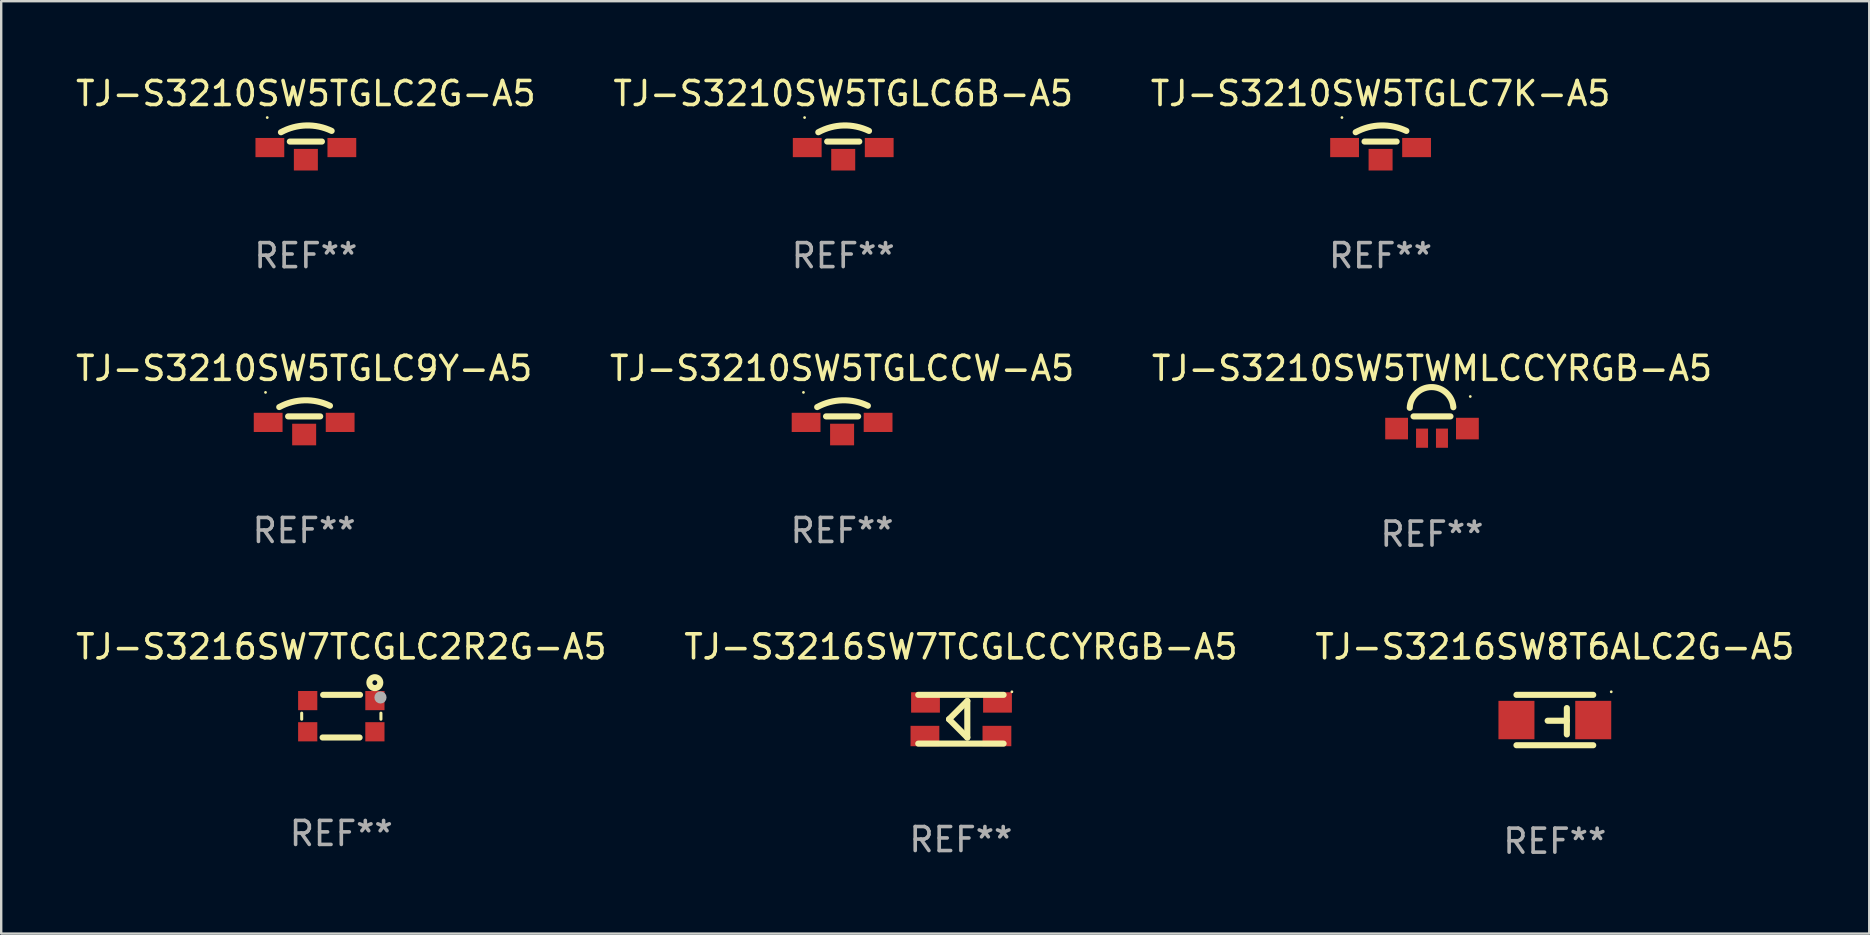
<source format=kicad_pcb>
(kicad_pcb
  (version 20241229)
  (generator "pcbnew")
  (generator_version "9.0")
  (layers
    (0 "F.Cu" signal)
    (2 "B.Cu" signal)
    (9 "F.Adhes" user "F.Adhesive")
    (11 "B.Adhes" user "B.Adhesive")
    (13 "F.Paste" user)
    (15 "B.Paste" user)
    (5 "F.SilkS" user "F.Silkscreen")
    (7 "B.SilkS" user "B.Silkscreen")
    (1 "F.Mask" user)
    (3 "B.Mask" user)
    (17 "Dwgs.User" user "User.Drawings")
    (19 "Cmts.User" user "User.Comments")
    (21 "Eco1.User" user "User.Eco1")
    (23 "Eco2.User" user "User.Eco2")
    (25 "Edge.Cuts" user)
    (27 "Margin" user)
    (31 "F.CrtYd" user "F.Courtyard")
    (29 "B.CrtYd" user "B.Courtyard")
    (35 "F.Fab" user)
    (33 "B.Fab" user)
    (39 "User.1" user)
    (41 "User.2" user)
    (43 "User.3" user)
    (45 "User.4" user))
  (footprint "TJ-S3210SW5TGLC9Y-A5"
    (layer "F.Cu")
    (at 9.625 14.68)
    (property "Reference" "TJ-S3210SW5TGLC9Y-A5" (at 0 -2.378 0) (layer "F.SilkS") (effects (font (size 1 1) (thickness 0.15))))
    (attr through_hole)
    (fp_line (start -0.669 -0.378) (end 0.669 -0.378) (stroke (width 0.254) (type solid)) (layer "F.SilkS"))
    (fp_arc (start -1.038303 -0.766193) (mid 0.011713 -1.048844) (end 1.075084 -0.821539) (stroke (width 0.254001) (type solid)) (layer "F.SilkS"))
    (fp_circle (center -1.61 -1.378) (end -1.58 -1.378) (stroke (width 0.06) (type solid)) (fill no) (layer "F.SilkS"))
    (fp_text user "REF**" (at 0 4.378 0) (layer "F.Fab") (effects (font (size 1 1) (thickness 0.15))))
    (pad "1" smd rect (at -1.5 -0.128 90) (size 0.8 1.2) (layers "F.Cu" "F.Mask" "F.Paste"))
    (pad "2" smd rect (at 1.5 -0.128 90) (size 0.8 1.2) (layers "F.Cu" "F.Mask" "F.Paste"))
    (pad "3" smd rect (at 0.000127 0.378 180) (size 1 0.9) (layers "F.Cu" "F.Mask" "F.Paste")))
  (footprint "TJ-S3210SW5TWMLCCYRGB-A5"
    (layer "F.Cu")
    (at 56.625 14.756)
    (property "Reference" "TJ-S3210SW5TWMLCCYRGB-A5" (at 0 -2.454 0) (layer "F.SilkS") (effects (font (size 1 1) (thickness 0.15))))
    (attr through_hole)
    (fp_line (start -0.769 -0.454) (end 0.769 -0.454) (stroke (width 0.254) (type solid)) (layer "F.SilkS"))
    (fp_arc (start -0.927382 -0.810783) (mid -0.030489 -1.675152) (end 0.889002 -0.834862) (stroke (width 0.254001) (type solid)) (layer "F.SilkS"))
    (fp_circle (center 1.595 -1.283) (end 1.625 -1.283) (stroke (width 0.06) (type solid)) (fill no) (layer "F.SilkS"))
    (fp_text user "REF**" (at 0 4.454 0) (layer "F.Fab") (effects (font (size 1 1) (thickness 0.15))))
    (pad "1" smd rect (at 1.475 0.054 180) (size 0.95 0.9) (layers "F.Cu" "F.Mask" "F.Paste"))
    (pad "2" smd rect (at 0.415 0.454 270) (size 0.8 0.5) (layers "F.Cu" "F.Mask" "F.Paste"))
    (pad "3" smd rect (at -0.415 0.454 270) (size 0.8 0.5) (layers "F.Cu" "F.Mask" "F.Paste"))
    (pad "4" smd rect (at -1.475 0.054 180) (size 0.95 0.9) (layers "F.Cu" "F.Mask" "F.Paste")))
  (footprint "TJ-S3216SW7TCGLCCYRGB-A5"
    (layer "F.Cu")
    (at 36.994 26.922)
    (property "Reference" "TJ-S3216SW7TCGLCCYRGB-A5" (at 0 -3.016 0) (layer "F.SilkS") (effects (font (size 1 1) (thickness 0.15))))
    (attr through_hole)
    (fp_line (start -0.496 0) (end 0.266 0.762) (stroke (width 0.254) (type solid)) (layer "F.SilkS"))
    (fp_line (start 0.266 -0.762) (end -0.496 0) (stroke (width 0.254) (type solid)) (layer "F.SilkS"))
    (fp_line (start 0.266 0.762) (end 0.266 -0.762) (stroke (width 0.254) (type solid)) (layer "F.SilkS"))
    (fp_line (start 1.778 -1.016) (end -1.778 -1.016) (stroke (width 0.254) (type solid)) (layer "F.SilkS"))
    (fp_line (start 1.778 1.016) (end -1.778 1.016) (stroke (width 0.254) (type solid)) (layer "F.SilkS"))
    (fp_circle (center 2.124 -1.143) (end 2.154 -1.143) (stroke (width 0.06) (type solid)) (fill no) (layer "F.SilkS"))
    (fp_text user "REF**" (at 0 5.016 0) (layer "F.Fab") (effects (font (size 1 1) (thickness 0.15))))
    (pad "1" smd rect (at 1.524 -0.7 180) (size 1.2 0.85) (layers "F.Cu" "F.Mask" "F.Paste"))
    (pad "2" smd rect (at -1.476 -0.7 180) (size 1.2 0.85) (layers "F.Cu" "F.Mask" "F.Paste"))
    (pad "3" smd rect (at 1.5 0.7 180) (size 1.2 0.85) (layers "F.Cu" "F.Mask" "F.Paste"))
    (pad "4" smd rect (at -1.5 0.7 180) (size 1.2 0.85) (layers "F.Cu" "F.Mask" "F.Paste")))
  (footprint "TJ-S3210SW5TGLC2G-A5"
    (layer "F.Cu")
    (at 9.696 3.227)
    (property "Reference" "TJ-S3210SW5TGLC2G-A5" (at 0 -2.378 0) (layer "F.SilkS") (effects (font (size 1 1) (thickness 0.15))))
    (attr through_hole)
    (fp_line (start -0.669 -0.378) (end 0.669 -0.378) (stroke (width 0.254) (type solid)) (layer "F.SilkS"))
    (fp_arc (start -1.038303 -0.766193) (mid 0.011713 -1.048844) (end 1.075084 -0.821539) (stroke (width 0.254001) (type solid)) (layer "F.SilkS"))
    (fp_circle (center -1.61 -1.378) (end -1.58 -1.378) (stroke (width 0.06) (type solid)) (fill no) (layer "F.SilkS"))
    (fp_text user "REF**" (at 0 4.378 0) (layer "F.Fab") (effects (font (size 1 1) (thickness 0.15))))
    (pad "1" smd rect (at -1.5 -0.128 90) (size 0.8 1.2) (layers "F.Cu" "F.Mask" "F.Paste"))
    (pad "2" smd rect (at 1.5 -0.128 90) (size 0.8 1.2) (layers "F.Cu" "F.Mask" "F.Paste"))
    (pad "3" smd rect (at 0.000127 0.378 180) (size 1 0.9) (layers "F.Cu" "F.Mask" "F.Paste")))
  (footprint "TJ-S3216SW7TCGLC2R2G-A5"
    (layer "F.Cu")
    (at 11.173 26.795)
    (property "Reference" "TJ-S3216SW7TCGLC2R2G-A5" (at 0 -2.889 0) (layer "F.SilkS") (effects (font (size 1 1) (thickness 0.15))))
    (attr through_hole)
    (fp_line (start -1.651 0.127) (end -1.651 -0.127) (stroke (width 0.127) (type solid)) (layer "F.SilkS"))
    (fp_line (start -0.78 0.889) (end 0.762 0.889) (stroke (width 0.254) (type solid)) (layer "F.SilkS"))
    (fp_line (start -0.757 -0.889) (end 0.78 -0.889) (stroke (width 0.254) (type solid)) (layer "F.SilkS"))
    (fp_line (start 1.651 -0.127) (end 1.651 0.127) (stroke (width 0.127) (type solid)) (layer "F.SilkS"))
    (fp_circle (center 1.397 -1.397) (end 1.497 -1.397) (stroke (width 0.254) (type solid)) (fill no) (layer "F.SilkS"))
    (fp_circle (center 1.599 -0.8) (end 1.629 -0.8) (stroke (width 0.06) (type solid)) (fill no) (layer "F.SilkS"))
    (fp_circle (center 1.632 -0.781) (end 1.759 -0.781) (stroke (width 0.254) (type solid)) (fill no) (layer "F.Fab"))
    (fp_text user "REF**" (at 0 4.889 0) (layer "F.Fab") (effects (font (size 1 1) (thickness 0.15))))
    (pad "1" smd rect (at 1.4 -0.65 180) (size 0.8 0.8) (layers "F.Cu" "F.Mask" "F.Paste"))
    (pad "2" smd rect (at -1.4 -0.65 180) (size 0.8 0.8) (layers "F.Cu" "F.Mask" "F.Paste"))
    (pad "3" smd rect (at 1.4 0.65 180) (size 0.8 0.8) (layers "F.Cu" "F.Mask" "F.Paste"))
    (pad "4" smd rect (at -1.4 0.65 180) (size 0.8 0.8) (layers "F.Cu" "F.Mask" "F.Paste")))
  (footprint "TJ-S3216SW8T6ALC2G-A5"
    (layer "F.Cu")
    (at 61.744 26.956)
    (property "Reference" "TJ-S3216SW8T6ALC2G-A5" (at 0 -3.05 0) (layer "F.SilkS") (effects (font (size 1 1) (thickness 0.15))))
    (attr through_hole)
    (fp_line (start -1.6 1.05) (end 1.6 1.05) (stroke (width 0.254) (type solid)) (layer "F.SilkS"))
    (fp_line (start 0.5 -0.5) (end 0.5 0.6) (stroke (width 0.254) (type solid)) (layer "F.SilkS"))
    (fp_line (start 0.5 0.029) (end -0.3 0.029) (stroke (width 0.254) (type solid)) (layer "F.SilkS"))
    (fp_line (start 1.6 -1.05) (end -1.6 -1.05) (stroke (width 0.254) (type solid)) (layer "F.SilkS"))
    (fp_circle (center 2.35 -1.177) (end 2.38 -1.177) (stroke (width 0.06) (type solid)) (fill no) (layer "F.SilkS"))
    (fp_text user "REF**" (at 0 5.05 0) (layer "F.Fab") (effects (font (size 1 1) (thickness 0.15))))
    (pad "1" smd rect (at 1.6 0) (size 1.5 1.6) (layers "F.Cu" "F.Mask" "F.Paste"))
    (pad "2" smd rect (at -1.6 0 180) (size 1.5 1.6) (layers "F.Cu" "F.Mask" "F.Paste")))
  (footprint "TJ-S3210SW5TGLC7K-A5"
    (layer "F.Cu")
    (at 54.482 3.227)
    (property "Reference" "TJ-S3210SW5TGLC7K-A5" (at 0 -2.378 0) (layer "F.SilkS") (effects (font (size 1 1) (thickness 0.15))))
    (attr through_hole)
    (fp_line (start -0.669 -0.378) (end 0.669 -0.378) (stroke (width 0.254) (type solid)) (layer "F.SilkS"))
    (fp_arc (start -1.038303 -0.766193) (mid 0.011713 -1.048844) (end 1.075084 -0.821539) (stroke (width 0.254001) (type solid)) (layer "F.SilkS"))
    (fp_circle (center -1.61 -1.378) (end -1.58 -1.378) (stroke (width 0.06) (type solid)) (fill no) (layer "F.SilkS"))
    (fp_text user "REF**" (at 0 4.378 0) (layer "F.Fab") (effects (font (size 1 1) (thickness 0.15))))
    (pad "1" smd rect (at -1.5 -0.128 90) (size 0.8 1.2) (layers "F.Cu" "F.Mask" "F.Paste"))
    (pad "2" smd rect (at 1.5 -0.128 90) (size 0.8 1.2) (layers "F.Cu" "F.Mask" "F.Paste"))
    (pad "3" smd rect (at 0.000127 0.378 180) (size 1 0.9) (layers "F.Cu" "F.Mask" "F.Paste")))
  (footprint "TJ-S3210SW5TGLC6B-A5"
    (layer "F.Cu")
    (at 32.089 3.227)
    (property "Reference" "TJ-S3210SW5TGLC6B-A5" (at 0 -2.378 0) (layer "F.SilkS") (effects (font (size 1 1) (thickness 0.15))))
    (attr through_hole)
    (fp_line (start -0.669 -0.378) (end 0.669 -0.378) (stroke (width 0.254) (type solid)) (layer "F.SilkS"))
    (fp_arc (start -1.038303 -0.766193) (mid 0.011713 -1.048844) (end 1.075084 -0.821539) (stroke (width 0.254001) (type solid)) (layer "F.SilkS"))
    (fp_circle (center -1.61 -1.378) (end -1.58 -1.378) (stroke (width 0.06) (type solid)) (fill no) (layer "F.SilkS"))
    (fp_text user "REF**" (at 0 4.378 0) (layer "F.Fab") (effects (font (size 1 1) (thickness 0.15))))
    (pad "1" smd rect (at -1.5 -0.128 90) (size 0.8 1.2) (layers "F.Cu" "F.Mask" "F.Paste"))
    (pad "2" smd rect (at 1.5 -0.128 90) (size 0.8 1.2) (layers "F.Cu" "F.Mask" "F.Paste"))
    (pad "3" smd rect (at 0.000127 0.378 180) (size 1 0.9) (layers "F.Cu" "F.Mask" "F.Paste")))
  (footprint "TJ-S3210SW5TGLCCW-A5"
    (layer "F.Cu")
    (at 32.042 14.68)
    (property "Reference" "TJ-S3210SW5TGLCCW-A5" (at 0 -2.378 0) (layer "F.SilkS") (effects (font (size 1 1) (thickness 0.15))))
    (attr through_hole)
    (fp_line (start -0.669 -0.378) (end 0.669 -0.378) (stroke (width 0.254) (type solid)) (layer "F.SilkS"))
    (fp_arc (start -1.038456 -0.766091) (mid 0.011559 -1.048742) (end 1.07493 -0.821438) (stroke (width 0.254001) (type solid)) (layer "F.SilkS"))
    (fp_circle (center -1.61 -1.378) (end -1.58 -1.378) (stroke (width 0.06) (type solid)) (fill no) (layer "F.SilkS"))
    (fp_text user "REF**" (at 0 4.378 0) (layer "F.Fab") (effects (font (size 1 1) (thickness 0.15))))
    (pad "1" smd rect (at -1.5 -0.128 90) (size 0.8 1.2) (layers "F.Cu" "F.Mask" "F.Paste"))
    (pad "2" smd rect (at 1.5 -0.128 90) (size 0.8 1.2) (layers "F.Cu" "F.Mask" "F.Paste"))
    (pad "3" smd rect (at -0.000127 0.378 180) (size 1 0.9) (layers "F.Cu" "F.Mask" "F.Paste")))
  (gr_rect
    (start -3 -3)
    (end 74.845 35.854)
    (stroke (width 0.1) (type default))
    (fill no)
    (layer "Edge.Cuts")))
</source>
